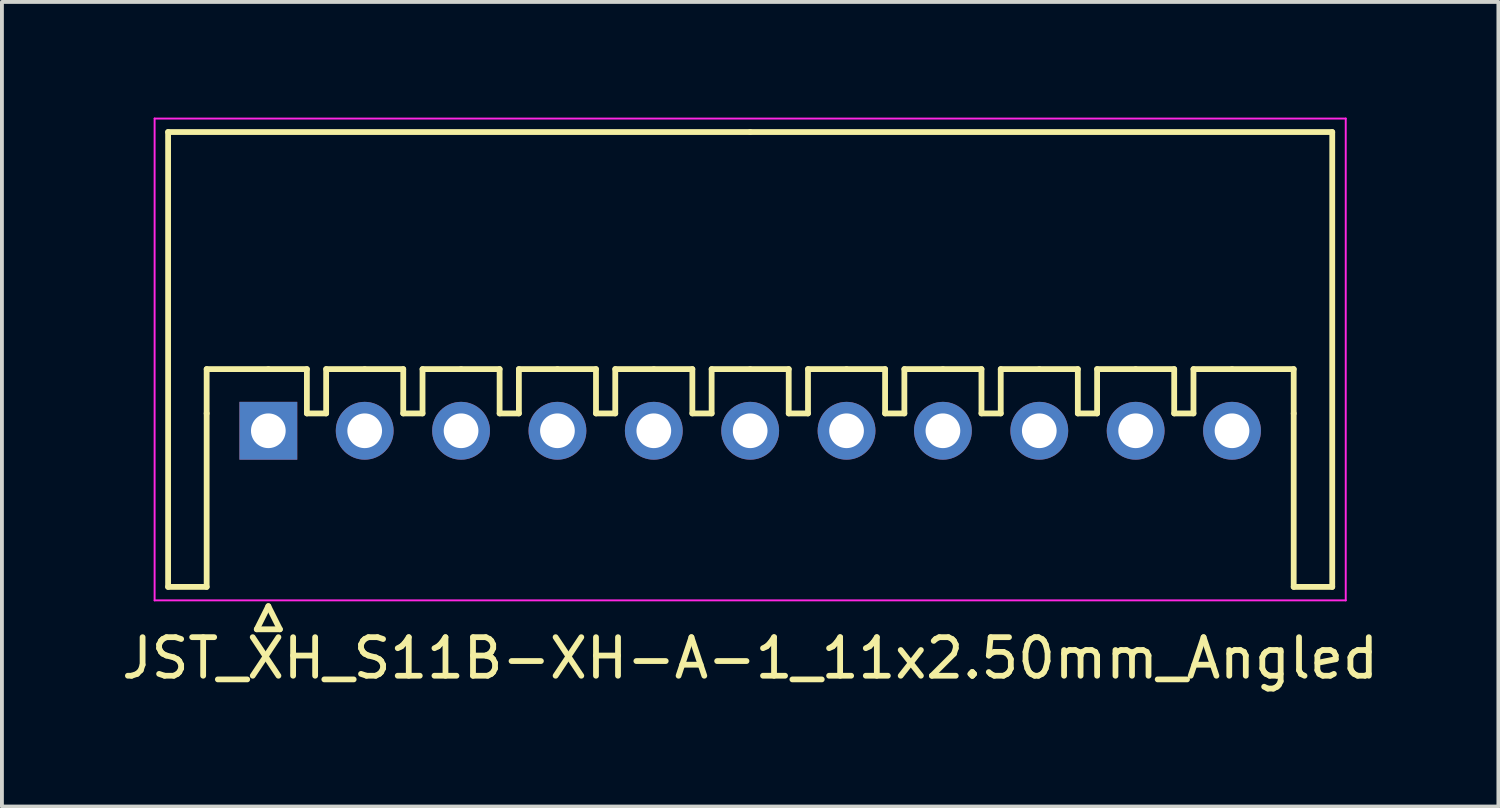
<source format=kicad_pcb>
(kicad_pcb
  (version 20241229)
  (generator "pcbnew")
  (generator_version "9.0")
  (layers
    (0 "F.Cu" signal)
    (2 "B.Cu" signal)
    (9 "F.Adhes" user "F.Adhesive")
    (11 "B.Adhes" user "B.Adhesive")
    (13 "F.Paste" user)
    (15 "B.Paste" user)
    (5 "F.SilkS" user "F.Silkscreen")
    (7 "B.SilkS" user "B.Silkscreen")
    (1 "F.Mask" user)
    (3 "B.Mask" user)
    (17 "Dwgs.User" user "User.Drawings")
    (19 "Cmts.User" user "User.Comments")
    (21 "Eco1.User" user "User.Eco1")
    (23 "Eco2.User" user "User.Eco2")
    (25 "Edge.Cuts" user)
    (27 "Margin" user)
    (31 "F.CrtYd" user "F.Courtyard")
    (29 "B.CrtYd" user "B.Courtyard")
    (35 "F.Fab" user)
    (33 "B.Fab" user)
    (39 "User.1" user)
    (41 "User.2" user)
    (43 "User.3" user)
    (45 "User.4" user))
  (footprint "JST_XH_S11B-XH-A-1_11x2.50mm_Angled"
    (layer "F.Cu")
    (at 3.911 8.125)
    (property "Reference" "JST_XH_S11B-XH-A-1_11x2.50mm_Angled" (at 12.5 5.9 0) (layer "F.SilkS") (effects (font (size 1 1) (thickness 0.15))))
    (attr through_hole)
    (fp_line (start -2.6 -7.75) (end -2.6 4.05) (stroke (width 0.15) (type solid)) (layer "F.SilkS"))
    (fp_line (start -2.6 4.05) (end -1.6 4.05) (stroke (width 0.15) (type solid)) (layer "F.SilkS"))
    (fp_line (start -1.6 -1.6) (end 0 -1.6) (stroke (width 0.15) (type solid)) (layer "F.SilkS"))
    (fp_line (start -1.6 -0.45) (end -1.6 -1.6) (stroke (width 0.15) (type solid)) (layer "F.SilkS"))
    (fp_line (start -1.6 4.05) (end -1.6 -0.45) (stroke (width 0.15) (type solid)) (layer "F.SilkS"))
    (fp_line (start -0.3 5.15) (end 0.3 5.15) (stroke (width 0.15) (type solid)) (layer "F.SilkS"))
    (fp_line (start 0 -1.6) (end 1 -1.6) (stroke (width 0.15) (type solid)) (layer "F.SilkS"))
    (fp_line (start 0 4.55) (end -0.3 5.15) (stroke (width 0.15) (type solid)) (layer "F.SilkS"))
    (fp_line (start 0.3 5.15) (end 0 4.55) (stroke (width 0.15) (type solid)) (layer "F.SilkS"))
    (fp_line (start 1 -1.6) (end 1 -0.45) (stroke (width 0.15) (type solid)) (layer "F.SilkS"))
    (fp_line (start 1 -0.45) (end 1.5 -0.45) (stroke (width 0.15) (type solid)) (layer "F.SilkS"))
    (fp_line (start 1.5 -1.6) (end 2.5 -1.6) (stroke (width 0.15) (type solid)) (layer "F.SilkS"))
    (fp_line (start 1.5 -0.45) (end 1.5 -1.6) (stroke (width 0.15) (type solid)) (layer "F.SilkS"))
    (fp_line (start 2.5 -1.6) (end 3.5 -1.6) (stroke (width 0.15) (type solid)) (layer "F.SilkS"))
    (fp_line (start 3.5 -1.6) (end 3.5 -0.45) (stroke (width 0.15) (type solid)) (layer "F.SilkS"))
    (fp_line (start 3.5 -0.45) (end 4 -0.45) (stroke (width 0.15) (type solid)) (layer "F.SilkS"))
    (fp_line (start 4 -1.6) (end 5 -1.6) (stroke (width 0.15) (type solid)) (layer "F.SilkS"))
    (fp_line (start 4 -0.45) (end 4 -1.6) (stroke (width 0.15) (type solid)) (layer "F.SilkS"))
    (fp_line (start 5 -1.6) (end 6 -1.6) (stroke (width 0.15) (type solid)) (layer "F.SilkS"))
    (fp_line (start 6 -1.6) (end 6 -0.45) (stroke (width 0.15) (type solid)) (layer "F.SilkS"))
    (fp_line (start 6 -0.45) (end 6.5 -0.45) (stroke (width 0.15) (type solid)) (layer "F.SilkS"))
    (fp_line (start 6.5 -1.6) (end 7.5 -1.6) (stroke (width 0.15) (type solid)) (layer "F.SilkS"))
    (fp_line (start 6.5 -0.45) (end 6.5 -1.6) (stroke (width 0.15) (type solid)) (layer "F.SilkS"))
    (fp_line (start 7.5 -1.6) (end 8.5 -1.6) (stroke (width 0.15) (type solid)) (layer "F.SilkS"))
    (fp_line (start 8.5 -1.6) (end 8.5 -0.45) (stroke (width 0.15) (type solid)) (layer "F.SilkS"))
    (fp_line (start 8.5 -0.45) (end 9 -0.45) (stroke (width 0.15) (type solid)) (layer "F.SilkS"))
    (fp_line (start 9 -1.6) (end 10 -1.6) (stroke (width 0.15) (type solid)) (layer "F.SilkS"))
    (fp_line (start 9 -0.45) (end 9 -1.6) (stroke (width 0.15) (type solid)) (layer "F.SilkS"))
    (fp_line (start 10 -1.6) (end 11 -1.6) (stroke (width 0.15) (type solid)) (layer "F.SilkS"))
    (fp_line (start 11 -1.6) (end 11 -0.45) (stroke (width 0.15) (type solid)) (layer "F.SilkS"))
    (fp_line (start 11 -0.45) (end 11.5 -0.45) (stroke (width 0.15) (type solid)) (layer "F.SilkS"))
    (fp_line (start 11.5 -1.6) (end 12.5 -1.6) (stroke (width 0.15) (type solid)) (layer "F.SilkS"))
    (fp_line (start 11.5 -0.45) (end 11.5 -1.6) (stroke (width 0.15) (type solid)) (layer "F.SilkS"))
    (fp_line (start 12.5 -7.75) (end -2.6 -7.75) (stroke (width 0.15) (type solid)) (layer "F.SilkS"))
    (fp_line (start 12.5 -7.75) (end 27.6 -7.75) (stroke (width 0.15) (type solid)) (layer "F.SilkS"))
    (fp_line (start 12.5 -1.6) (end 13.5 -1.6) (stroke (width 0.15) (type solid)) (layer "F.SilkS"))
    (fp_line (start 13.5 -1.6) (end 13.5 -0.45) (stroke (width 0.15) (type solid)) (layer "F.SilkS"))
    (fp_line (start 13.5 -0.45) (end 14 -0.45) (stroke (width 0.15) (type solid)) (layer "F.SilkS"))
    (fp_line (start 14 -1.6) (end 15 -1.6) (stroke (width 0.15) (type solid)) (layer "F.SilkS"))
    (fp_line (start 14 -0.45) (end 14 -1.6) (stroke (width 0.15) (type solid)) (layer "F.SilkS"))
    (fp_line (start 15 -1.6) (end 16 -1.6) (stroke (width 0.15) (type solid)) (layer "F.SilkS"))
    (fp_line (start 16 -1.6) (end 16 -0.45) (stroke (width 0.15) (type solid)) (layer "F.SilkS"))
    (fp_line (start 16 -0.45) (end 16.5 -0.45) (stroke (width 0.15) (type solid)) (layer "F.SilkS"))
    (fp_line (start 16.5 -1.6) (end 17.5 -1.6) (stroke (width 0.15) (type solid)) (layer "F.SilkS"))
    (fp_line (start 16.5 -0.45) (end 16.5 -1.6) (stroke (width 0.15) (type solid)) (layer "F.SilkS"))
    (fp_line (start 17.5 -1.6) (end 18.5 -1.6) (stroke (width 0.15) (type solid)) (layer "F.SilkS"))
    (fp_line (start 18.5 -1.6) (end 18.5 -0.45) (stroke (width 0.15) (type solid)) (layer "F.SilkS"))
    (fp_line (start 18.5 -0.45) (end 19 -0.45) (stroke (width 0.15) (type solid)) (layer "F.SilkS"))
    (fp_line (start 19 -1.6) (end 20 -1.6) (stroke (width 0.15) (type solid)) (layer "F.SilkS"))
    (fp_line (start 19 -0.45) (end 19 -1.6) (stroke (width 0.15) (type solid)) (layer "F.SilkS"))
    (fp_line (start 20 -1.6) (end 21 -1.6) (stroke (width 0.15) (type solid)) (layer "F.SilkS"))
    (fp_line (start 21 -1.6) (end 21 -0.45) (stroke (width 0.15) (type solid)) (layer "F.SilkS"))
    (fp_line (start 21 -0.45) (end 21.5 -0.45) (stroke (width 0.15) (type solid)) (layer "F.SilkS"))
    (fp_line (start 21.5 -1.6) (end 22.5 -1.6) (stroke (width 0.15) (type solid)) (layer "F.SilkS"))
    (fp_line (start 21.5 -0.45) (end 21.5 -1.6) (stroke (width 0.15) (type solid)) (layer "F.SilkS"))
    (fp_line (start 22.5 -1.6) (end 23.5 -1.6) (stroke (width 0.15) (type solid)) (layer "F.SilkS"))
    (fp_line (start 23.5 -1.6) (end 23.5 -0.45) (stroke (width 0.15) (type solid)) (layer "F.SilkS"))
    (fp_line (start 23.5 -0.45) (end 24 -0.45) (stroke (width 0.15) (type solid)) (layer "F.SilkS"))
    (fp_line (start 24 -1.6) (end 25 -1.6) (stroke (width 0.15) (type solid)) (layer "F.SilkS"))
    (fp_line (start 24 -0.45) (end 24 -1.6) (stroke (width 0.15) (type solid)) (layer "F.SilkS"))
    (fp_line (start 26.6 -1.6) (end 25 -1.6) (stroke (width 0.15) (type solid)) (layer "F.SilkS"))
    (fp_line (start 26.6 -0.45) (end 26.6 -1.6) (stroke (width 0.15) (type solid)) (layer "F.SilkS"))
    (fp_line (start 26.6 4.05) (end 26.6 -0.45) (stroke (width 0.15) (type solid)) (layer "F.SilkS"))
    (fp_line (start 27.6 -7.75) (end 27.6 4.05) (stroke (width 0.15) (type solid)) (layer "F.SilkS"))
    (fp_line (start 27.6 4.05) (end 26.6 4.05) (stroke (width 0.15) (type solid)) (layer "F.SilkS"))
    (fp_line (start -2.95 -8.1) (end -2.95 4.4) (stroke (width 0.05) (type solid)) (layer "F.CrtYd"))
    (fp_line (start -2.95 4.4) (end 27.95 4.4) (stroke (width 0.05) (type solid)) (layer "F.CrtYd"))
    (fp_line (start 27.95 -8.1) (end -2.95 -8.1) (stroke (width 0.05) (type solid)) (layer "F.CrtYd"))
    (fp_line (start 27.95 4.4) (end 27.95 -8.1) (stroke (width 0.05) (type solid)) (layer "F.CrtYd"))
    (pad "1" thru_hole rect (at 0 0) (size 1.5 1.5) (drill 0.9) (layers "*.Cu" "*.Mask"))
    (pad "2" thru_hole circle (at 2.5 0) (size 1.5 1.5) (drill 0.9) (layers "*.Cu" "*.Mask"))
    (pad "3" thru_hole circle (at 5 0) (size 1.5 1.5) (drill 0.9) (layers "*.Cu" "*.Mask"))
    (pad "4" thru_hole circle (at 7.5 0) (size 1.5 1.5) (drill 0.9) (layers "*.Cu" "*.Mask"))
    (pad "5" thru_hole circle (at 10 0) (size 1.5 1.5) (drill 0.9) (layers "*.Cu" "*.Mask"))
    (pad "6" thru_hole circle (at 12.5 0) (size 1.5 1.5) (drill 0.9) (layers "*.Cu" "*.Mask"))
    (pad "7" thru_hole circle (at 15 0) (size 1.5 1.5) (drill 0.9) (layers "*.Cu" "*.Mask"))
    (pad "8" thru_hole circle (at 17.5 0) (size 1.5 1.5) (drill 0.9) (layers "*.Cu" "*.Mask"))
    (pad "9" thru_hole circle (at 20 0) (size 1.5 1.5) (drill 0.9) (layers "*.Cu" "*.Mask"))
    (pad "10" thru_hole circle (at 22.5 0) (size 1.5 1.5) (drill 0.9) (layers "*.Cu" "*.Mask"))
    (pad "11" thru_hole circle (at 25 0) (size 1.5 1.5) (drill 0.9) (layers "*.Cu" "*.Mask")))
  (gr_rect
    (start -3 -3)
    (end 35.821 17.873)
    (stroke (width 0.1) (type default))
    (fill no)
    (layer "Edge.Cuts")))
</source>
